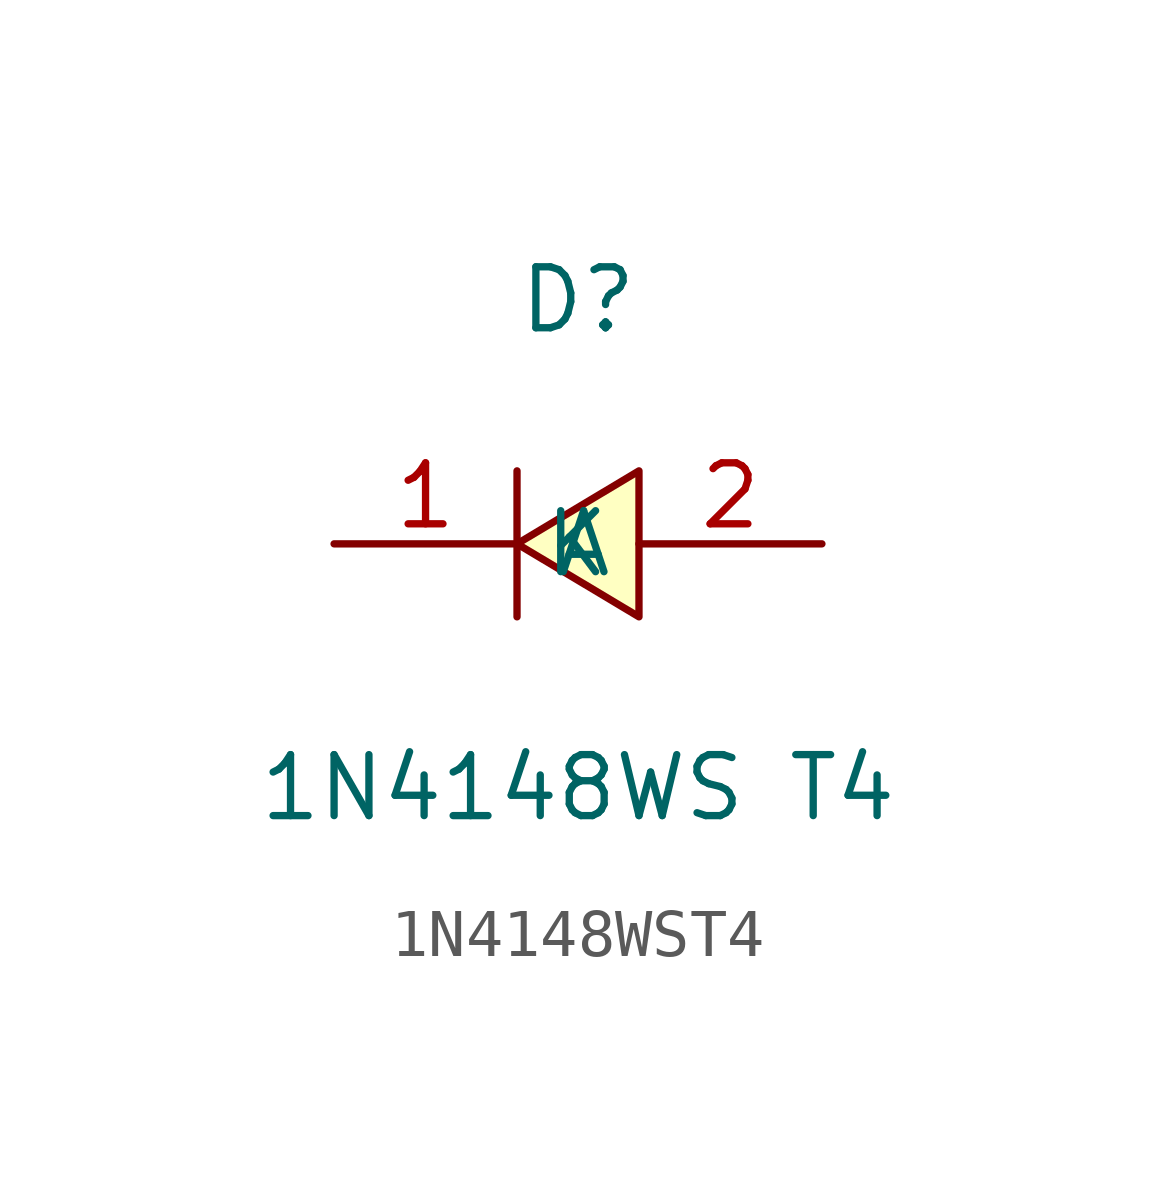
<source format=kicad_sym>
(kicad_symbol_lib
  (version 1)
  (generator "faebryk")
  (symbol "1N4148WST4"
    (property "Reference" "D"
      (at 0 5.08 0)
      (effects (font (size 1.27 1.27)) (hide no)))
    (property "Value" "1N4148WS T4"
      (at 0 -5.08 0)
      (effects (font (size 1.27 1.27)) (hide no)))
    (symbol "1N4148WST4_0_1"
      (polyline (stroke (width 0) (type default) (color 0 0 0 0)) (fill (type background)) (pts (xy 1.27 1.52) (xy -1.27 0) (xy 1.27 -1.52) (xy 1.27 1.52)))
      (polyline (stroke (width 0) (type default) (color 0 0 0 0)) (fill (type none)) (pts (xy -1.27 -1.52) (xy -1.27 1.52)))
      (pin unspecified line (at 5.08 0 180) (length 3.81) (name "A" (effects (font (size 1.27 1.27)) (hide no))) (number "2" (effects (font (size 1.27 1.27)) (hide no))))
      (pin unspecified line (at -5.08 0 0) (length 3.81) (name "K" (effects (font (size 1.27 1.27)) (hide no))) (number "1" (effects (font (size 1.27 1.27)) (hide no)))))))
</source>
